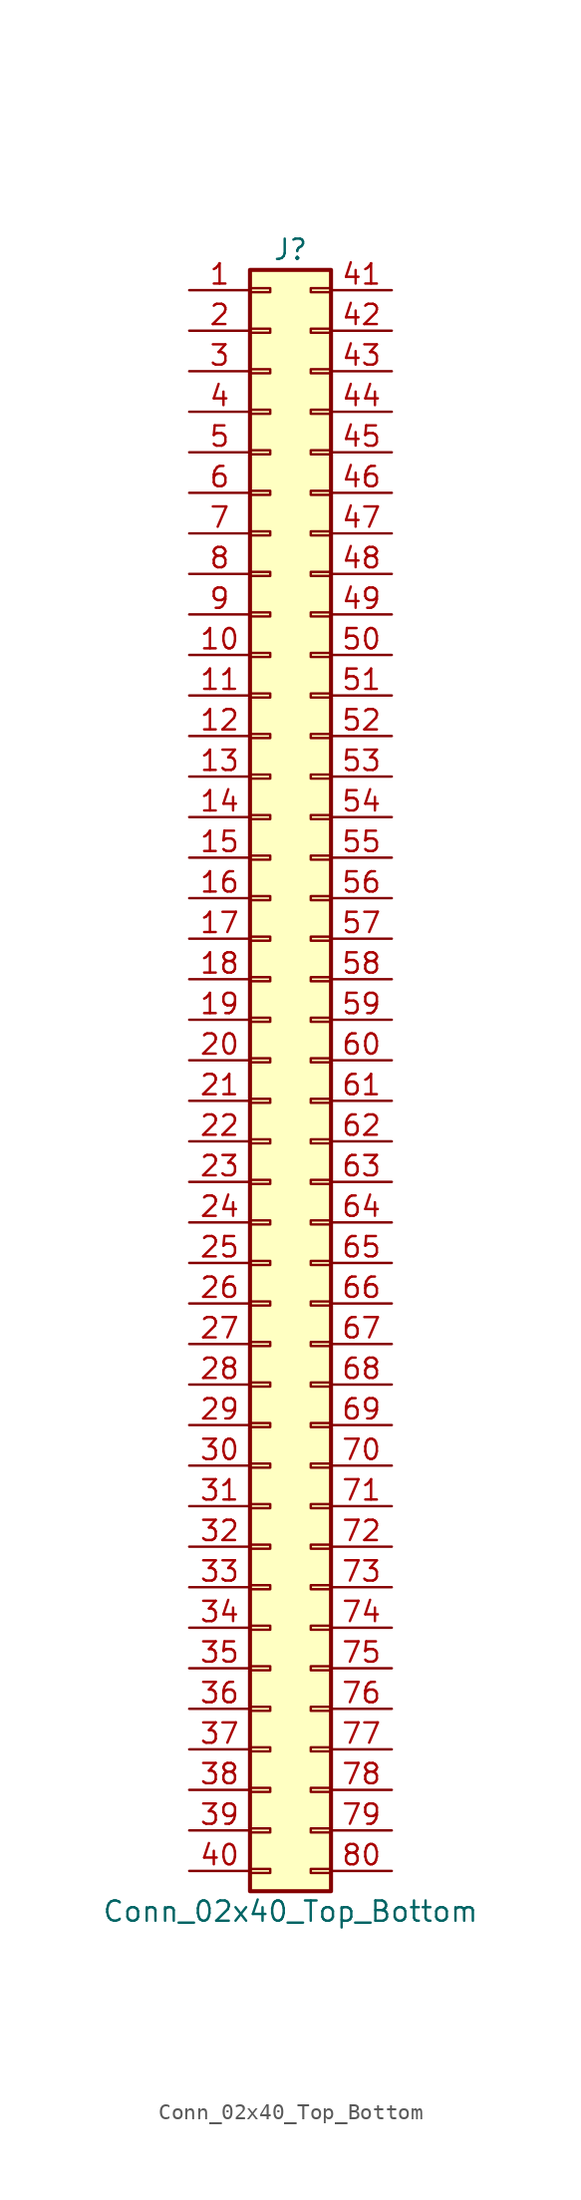
<source format=kicad_sym>
(kicad_symbol_lib
  (version 20201005)
  (generator kicad_symbol_editor)
  (symbol "Conn_02x40_Top_Bottom"
    (pin_names
      (offset 1.016) hide)
    (property "Reference" "J"
      (at 1.27 50.8 0)
      (effects (font (size 1.27 1.27))))
    (property "Value" "Conn_02x40_Top_Bottom"
      (at 1.27 -53.34 0)
      (effects (font (size 1.27 1.27))))
    (symbol "Conn_02x40_Top_Bottom_1_1"
      (rectangle (start -1.27 -50.673) (end 0 -50.927) (stroke (width 0.152)) (fill (type none)))
      (rectangle (start -1.27 -48.133) (end 0 -48.387) (stroke (width 0.152)) (fill (type none)))
      (rectangle (start -1.27 -45.593) (end 0 -45.847) (stroke (width 0.152)) (fill (type none)))
      (rectangle (start -1.27 -43.053) (end 0 -43.307) (stroke (width 0.152)) (fill (type none)))
      (rectangle (start -1.27 -40.513) (end 0 -40.767) (stroke (width 0.152)) (fill (type none)))
      (rectangle (start -1.27 -37.973) (end 0 -38.227) (stroke (width 0.152)) (fill (type none)))
      (rectangle (start -1.27 -35.433) (end 0 -35.687) (stroke (width 0.152)) (fill (type none)))
      (rectangle (start -1.27 -32.893) (end 0 -33.147) (stroke (width 0.152)) (fill (type none)))
      (rectangle (start -1.27 -30.353) (end 0 -30.607) (stroke (width 0.152)) (fill (type none)))
      (rectangle (start -1.27 -27.813) (end 0 -28.067) (stroke (width 0.152)) (fill (type none)))
      (rectangle (start -1.27 -25.273) (end 0 -25.527) (stroke (width 0.152)) (fill (type none)))
      (rectangle (start -1.27 -22.733) (end 0 -22.987) (stroke (width 0.152)) (fill (type none)))
      (rectangle (start -1.27 -20.193) (end 0 -20.447) (stroke (width 0.152)) (fill (type none)))
      (rectangle (start -1.27 -17.653) (end 0 -17.907) (stroke (width 0.152)) (fill (type none)))
      (rectangle (start -1.27 -15.113) (end 0 -15.367) (stroke (width 0.152)) (fill (type none)))
      (rectangle (start -1.27 -12.573) (end 0 -12.827) (stroke (width 0.152)) (fill (type none)))
      (rectangle (start -1.27 -10.033) (end 0 -10.287) (stroke (width 0.152)) (fill (type none)))
      (rectangle (start -1.27 -7.493) (end 0 -7.747) (stroke (width 0.152)) (fill (type none)))
      (rectangle (start -1.27 -4.953) (end 0 -5.207) (stroke (width 0.152)) (fill (type none)))
      (rectangle (start -1.27 -2.413) (end 0 -2.667) (stroke (width 0.152)) (fill (type none)))
      (rectangle (start -1.27 0.127) (end 0 -0.127) (stroke (width 0.152)) (fill (type none)))
      (rectangle (start -1.27 2.667) (end 0 2.413) (stroke (width 0.152)) (fill (type none)))
      (rectangle (start -1.27 5.207) (end 0 4.953) (stroke (width 0.152)) (fill (type none)))
      (rectangle (start -1.27 7.747) (end 0 7.493) (stroke (width 0.152)) (fill (type none)))
      (rectangle (start -1.27 10.287) (end 0 10.033) (stroke (width 0.152)) (fill (type none)))
      (rectangle (start -1.27 12.827) (end 0 12.573) (stroke (width 0.152)) (fill (type none)))
      (rectangle (start -1.27 15.367) (end 0 15.113) (stroke (width 0.152)) (fill (type none)))
      (rectangle (start -1.27 17.907) (end 0 17.653) (stroke (width 0.152)) (fill (type none)))
      (rectangle (start -1.27 20.447) (end 0 20.193) (stroke (width 0.152)) (fill (type none)))
      (rectangle (start -1.27 22.987) (end 0 22.733) (stroke (width 0.152)) (fill (type none)))
      (rectangle (start -1.27 25.527) (end 0 25.273) (stroke (width 0.152)) (fill (type none)))
      (rectangle (start -1.27 28.067) (end 0 27.813) (stroke (width 0.152)) (fill (type none)))
      (rectangle (start -1.27 30.607) (end 0 30.353) (stroke (width 0.152)) (fill (type none)))
      (rectangle (start -1.27 33.147) (end 0 32.893) (stroke (width 0.152)) (fill (type none)))
      (rectangle (start -1.27 35.687) (end 0 35.433) (stroke (width 0.152)) (fill (type none)))
      (rectangle (start -1.27 38.227) (end 0 37.973) (stroke (width 0.152)) (fill (type none)))
      (rectangle (start -1.27 40.767) (end 0 40.513) (stroke (width 0.152)) (fill (type none)))
      (rectangle (start -1.27 43.307) (end 0 43.053) (stroke (width 0.152)) (fill (type none)))
      (rectangle (start -1.27 45.847) (end 0 45.593) (stroke (width 0.152)) (fill (type none)))
      (rectangle (start -1.27 48.387) (end 0 48.133) (stroke (width 0.152)) (fill (type none)))
      (rectangle (start 3.81 -50.673) (end 2.54 -50.927) (stroke (width 0.152)) (fill (type none)))
      (rectangle (start 3.81 -48.133) (end 2.54 -48.387) (stroke (width 0.152)) (fill (type none)))
      (rectangle (start 3.81 -45.593) (end 2.54 -45.847) (stroke (width 0.152)) (fill (type none)))
      (rectangle (start 3.81 -43.053) (end 2.54 -43.307) (stroke (width 0.152)) (fill (type none)))
      (rectangle (start 3.81 -40.513) (end 2.54 -40.767) (stroke (width 0.152)) (fill (type none)))
      (rectangle (start 3.81 -37.973) (end 2.54 -38.227) (stroke (width 0.152)) (fill (type none)))
      (rectangle (start 3.81 -35.433) (end 2.54 -35.687) (stroke (width 0.152)) (fill (type none)))
      (rectangle (start 3.81 -32.893) (end 2.54 -33.147) (stroke (width 0.152)) (fill (type none)))
      (rectangle (start 3.81 -30.353) (end 2.54 -30.607) (stroke (width 0.152)) (fill (type none)))
      (rectangle (start 3.81 -27.813) (end 2.54 -28.067) (stroke (width 0.152)) (fill (type none)))
      (rectangle (start 3.81 -25.273) (end 2.54 -25.527) (stroke (width 0.152)) (fill (type none)))
      (rectangle (start 3.81 -22.733) (end 2.54 -22.987) (stroke (width 0.152)) (fill (type none)))
      (rectangle (start 3.81 -20.193) (end 2.54 -20.447) (stroke (width 0.152)) (fill (type none)))
      (rectangle (start 3.81 -17.653) (end 2.54 -17.907) (stroke (width 0.152)) (fill (type none)))
      (rectangle (start 3.81 -15.113) (end 2.54 -15.367) (stroke (width 0.152)) (fill (type none)))
      (rectangle (start 3.81 -12.573) (end 2.54 -12.827) (stroke (width 0.152)) (fill (type none)))
      (rectangle (start 3.81 -10.033) (end 2.54 -10.287) (stroke (width 0.152)) (fill (type none)))
      (rectangle (start 3.81 -7.493) (end 2.54 -7.747) (stroke (width 0.152)) (fill (type none)))
      (rectangle (start 3.81 -4.953) (end 2.54 -5.207) (stroke (width 0.152)) (fill (type none)))
      (rectangle (start 3.81 -2.413) (end 2.54 -2.667) (stroke (width 0.152)) (fill (type none)))
      (rectangle (start 3.81 0.127) (end 2.54 -0.127) (stroke (width 0.152)) (fill (type none)))
      (rectangle (start 3.81 2.667) (end 2.54 2.413) (stroke (width 0.152)) (fill (type none)))
      (rectangle (start 3.81 5.207) (end 2.54 4.953) (stroke (width 0.152)) (fill (type none)))
      (rectangle (start 3.81 7.747) (end 2.54 7.493) (stroke (width 0.152)) (fill (type none)))
      (rectangle (start 3.81 10.287) (end 2.54 10.033) (stroke (width 0.152)) (fill (type none)))
      (rectangle (start 3.81 12.827) (end 2.54 12.573) (stroke (width 0.152)) (fill (type none)))
      (rectangle (start 3.81 15.367) (end 2.54 15.113) (stroke (width 0.152)) (fill (type none)))
      (rectangle (start 3.81 17.907) (end 2.54 17.653) (stroke (width 0.152)) (fill (type none)))
      (rectangle (start 3.81 20.447) (end 2.54 20.193) (stroke (width 0.152)) (fill (type none)))
      (rectangle (start 3.81 22.987) (end 2.54 22.733) (stroke (width 0.152)) (fill (type none)))
      (rectangle (start 3.81 25.527) (end 2.54 25.273) (stroke (width 0.152)) (fill (type none)))
      (rectangle (start 3.81 28.067) (end 2.54 27.813) (stroke (width 0.152)) (fill (type none)))
      (rectangle (start 3.81 30.607) (end 2.54 30.353) (stroke (width 0.152)) (fill (type none)))
      (rectangle (start 3.81 33.147) (end 2.54 32.893) (stroke (width 0.152)) (fill (type none)))
      (rectangle (start 3.81 35.687) (end 2.54 35.433) (stroke (width 0.152)) (fill (type none)))
      (rectangle (start 3.81 38.227) (end 2.54 37.973) (stroke (width 0.152)) (fill (type none)))
      (rectangle (start 3.81 40.767) (end 2.54 40.513) (stroke (width 0.152)) (fill (type none)))
      (rectangle (start 3.81 43.307) (end 2.54 43.053) (stroke (width 0.152)) (fill (type none)))
      (rectangle (start 3.81 45.847) (end 2.54 45.593) (stroke (width 0.152)) (fill (type none)))
      (rectangle (start 3.81 48.387) (end 2.54 48.133) (stroke (width 0.152)) (fill (type none)))
      (rectangle (start -1.27 49.53) (end 3.81 -52.07) (stroke (width 0.254)) (fill (type background)))
      (pin passive line (at -5.08 48.26 0) (length 3.81) (name "Pin_1" (effects (font (size 1.27 1.27)))) (number "1" (effects (font (size 1.27 1.27)))))
      (pin passive line (at -5.08 25.4 0) (length 3.81) (name "Pin_10" (effects (font (size 1.27 1.27)))) (number "10" (effects (font (size 1.27 1.27)))))
      (pin passive line (at -5.08 22.86 0) (length 3.81) (name "Pin_11" (effects (font (size 1.27 1.27)))) (number "11" (effects (font (size 1.27 1.27)))))
      (pin passive line (at -5.08 20.32 0) (length 3.81) (name "Pin_12" (effects (font (size 1.27 1.27)))) (number "12" (effects (font (size 1.27 1.27)))))
      (pin passive line (at -5.08 17.78 0) (length 3.81) (name "Pin_13" (effects (font (size 1.27 1.27)))) (number "13" (effects (font (size 1.27 1.27)))))
      (pin passive line (at -5.08 15.24 0) (length 3.81) (name "Pin_14" (effects (font (size 1.27 1.27)))) (number "14" (effects (font (size 1.27 1.27)))))
      (pin passive line (at -5.08 12.7 0) (length 3.81) (name "Pin_15" (effects (font (size 1.27 1.27)))) (number "15" (effects (font (size 1.27 1.27)))))
      (pin passive line (at -5.08 10.16 0) (length 3.81) (name "Pin_16" (effects (font (size 1.27 1.27)))) (number "16" (effects (font (size 1.27 1.27)))))
      (pin passive line (at -5.08 7.62 0) (length 3.81) (name "Pin_17" (effects (font (size 1.27 1.27)))) (number "17" (effects (font (size 1.27 1.27)))))
      (pin passive line (at -5.08 5.08 0) (length 3.81) (name "Pin_18" (effects (font (size 1.27 1.27)))) (number "18" (effects (font (size 1.27 1.27)))))
      (pin passive line (at -5.08 2.54 0) (length 3.81) (name "Pin_19" (effects (font (size 1.27 1.27)))) (number "19" (effects (font (size 1.27 1.27)))))
      (pin passive line (at -5.08 45.72 0) (length 3.81) (name "Pin_2" (effects (font (size 1.27 1.27)))) (number "2" (effects (font (size 1.27 1.27)))))
      (pin passive line (at -5.08 0 0) (length 3.81) (name "Pin_20" (effects (font (size 1.27 1.27)))) (number "20" (effects (font (size 1.27 1.27)))))
      (pin passive line (at -5.08 -2.54 0) (length 3.81) (name "Pin_21" (effects (font (size 1.27 1.27)))) (number "21" (effects (font (size 1.27 1.27)))))
      (pin passive line (at -5.08 -5.08 0) (length 3.81) (name "Pin_22" (effects (font (size 1.27 1.27)))) (number "22" (effects (font (size 1.27 1.27)))))
      (pin passive line (at -5.08 -7.62 0) (length 3.81) (name "Pin_23" (effects (font (size 1.27 1.27)))) (number "23" (effects (font (size 1.27 1.27)))))
      (pin passive line (at -5.08 -10.16 0) (length 3.81) (name "Pin_24" (effects (font (size 1.27 1.27)))) (number "24" (effects (font (size 1.27 1.27)))))
      (pin passive line (at -5.08 -12.7 0) (length 3.81) (name "Pin_25" (effects (font (size 1.27 1.27)))) (number "25" (effects (font (size 1.27 1.27)))))
      (pin passive line (at -5.08 -15.24 0) (length 3.81) (name "Pin_26" (effects (font (size 1.27 1.27)))) (number "26" (effects (font (size 1.27 1.27)))))
      (pin passive line (at -5.08 -17.78 0) (length 3.81) (name "Pin_27" (effects (font (size 1.27 1.27)))) (number "27" (effects (font (size 1.27 1.27)))))
      (pin passive line (at -5.08 -20.32 0) (length 3.81) (name "Pin_28" (effects (font (size 1.27 1.27)))) (number "28" (effects (font (size 1.27 1.27)))))
      (pin passive line (at -5.08 -22.86 0) (length 3.81) (name "Pin_29" (effects (font (size 1.27 1.27)))) (number "29" (effects (font (size 1.27 1.27)))))
      (pin passive line (at -5.08 43.18 0) (length 3.81) (name "Pin_3" (effects (font (size 1.27 1.27)))) (number "3" (effects (font (size 1.27 1.27)))))
      (pin passive line (at -5.08 -25.4 0) (length 3.81) (name "Pin_30" (effects (font (size 1.27 1.27)))) (number "30" (effects (font (size 1.27 1.27)))))
      (pin passive line (at -5.08 -27.94 0) (length 3.81) (name "Pin_31" (effects (font (size 1.27 1.27)))) (number "31" (effects (font (size 1.27 1.27)))))
      (pin passive line (at -5.08 -30.48 0) (length 3.81) (name "Pin_32" (effects (font (size 1.27 1.27)))) (number "32" (effects (font (size 1.27 1.27)))))
      (pin passive line (at -5.08 -33.02 0) (length 3.81) (name "Pin_33" (effects (font (size 1.27 1.27)))) (number "33" (effects (font (size 1.27 1.27)))))
      (pin passive line (at -5.08 -35.56 0) (length 3.81) (name "Pin_34" (effects (font (size 1.27 1.27)))) (number "34" (effects (font (size 1.27 1.27)))))
      (pin passive line (at -5.08 -38.1 0) (length 3.81) (name "Pin_35" (effects (font (size 1.27 1.27)))) (number "35" (effects (font (size 1.27 1.27)))))
      (pin passive line (at -5.08 -40.64 0) (length 3.81) (name "Pin_36" (effects (font (size 1.27 1.27)))) (number "36" (effects (font (size 1.27 1.27)))))
      (pin passive line (at -5.08 -43.18 0) (length 3.81) (name "Pin_37" (effects (font (size 1.27 1.27)))) (number "37" (effects (font (size 1.27 1.27)))))
      (pin passive line (at -5.08 -45.72 0) (length 3.81) (name "Pin_38" (effects (font (size 1.27 1.27)))) (number "38" (effects (font (size 1.27 1.27)))))
      (pin passive line (at -5.08 -48.26 0) (length 3.81) (name "Pin_39" (effects (font (size 1.27 1.27)))) (number "39" (effects (font (size 1.27 1.27)))))
      (pin passive line (at -5.08 40.64 0) (length 3.81) (name "Pin_4" (effects (font (size 1.27 1.27)))) (number "4" (effects (font (size 1.27 1.27)))))
      (pin passive line (at -5.08 -50.8 0) (length 3.81) (name "Pin_40" (effects (font (size 1.27 1.27)))) (number "40" (effects (font (size 1.27 1.27)))))
      (pin passive line (at 7.62 48.26 180) (length 3.81) (name "Pin_41" (effects (font (size 1.27 1.27)))) (number "41" (effects (font (size 1.27 1.27)))))
      (pin passive line (at 7.62 45.72 180) (length 3.81) (name "Pin_42" (effects (font (size 1.27 1.27)))) (number "42" (effects (font (size 1.27 1.27)))))
      (pin passive line (at 7.62 43.18 180) (length 3.81) (name "Pin_43" (effects (font (size 1.27 1.27)))) (number "43" (effects (font (size 1.27 1.27)))))
      (pin passive line (at 7.62 40.64 180) (length 3.81) (name "Pin_44" (effects (font (size 1.27 1.27)))) (number "44" (effects (font (size 1.27 1.27)))))
      (pin passive line (at 7.62 38.1 180) (length 3.81) (name "Pin_45" (effects (font (size 1.27 1.27)))) (number "45" (effects (font (size 1.27 1.27)))))
      (pin passive line (at 7.62 35.56 180) (length 3.81) (name "Pin_46" (effects (font (size 1.27 1.27)))) (number "46" (effects (font (size 1.27 1.27)))))
      (pin passive line (at 7.62 33.02 180) (length 3.81) (name "Pin_47" (effects (font (size 1.27 1.27)))) (number "47" (effects (font (size 1.27 1.27)))))
      (pin passive line (at 7.62 30.48 180) (length 3.81) (name "Pin_48" (effects (font (size 1.27 1.27)))) (number "48" (effects (font (size 1.27 1.27)))))
      (pin passive line (at 7.62 27.94 180) (length 3.81) (name "Pin_49" (effects (font (size 1.27 1.27)))) (number "49" (effects (font (size 1.27 1.27)))))
      (pin passive line (at -5.08 38.1 0) (length 3.81) (name "Pin_5" (effects (font (size 1.27 1.27)))) (number "5" (effects (font (size 1.27 1.27)))))
      (pin passive line (at 7.62 25.4 180) (length 3.81) (name "Pin_50" (effects (font (size 1.27 1.27)))) (number "50" (effects (font (size 1.27 1.27)))))
      (pin passive line (at 7.62 22.86 180) (length 3.81) (name "Pin_51" (effects (font (size 1.27 1.27)))) (number "51" (effects (font (size 1.27 1.27)))))
      (pin passive line (at 7.62 20.32 180) (length 3.81) (name "Pin_52" (effects (font (size 1.27 1.27)))) (number "52" (effects (font (size 1.27 1.27)))))
      (pin passive line (at 7.62 17.78 180) (length 3.81) (name "Pin_53" (effects (font (size 1.27 1.27)))) (number "53" (effects (font (size 1.27 1.27)))))
      (pin passive line (at 7.62 15.24 180) (length 3.81) (name "Pin_54" (effects (font (size 1.27 1.27)))) (number "54" (effects (font (size 1.27 1.27)))))
      (pin passive line (at 7.62 12.7 180) (length 3.81) (name "Pin_55" (effects (font (size 1.27 1.27)))) (number "55" (effects (font (size 1.27 1.27)))))
      (pin passive line (at 7.62 10.16 180) (length 3.81) (name "Pin_56" (effects (font (size 1.27 1.27)))) (number "56" (effects (font (size 1.27 1.27)))))
      (pin passive line (at 7.62 7.62 180) (length 3.81) (name "Pin_57" (effects (font (size 1.27 1.27)))) (number "57" (effects (font (size 1.27 1.27)))))
      (pin passive line (at 7.62 5.08 180) (length 3.81) (name "Pin_58" (effects (font (size 1.27 1.27)))) (number "58" (effects (font (size 1.27 1.27)))))
      (pin passive line (at 7.62 2.54 180) (length 3.81) (name "Pin_59" (effects (font (size 1.27 1.27)))) (number "59" (effects (font (size 1.27 1.27)))))
      (pin passive line (at -5.08 35.56 0) (length 3.81) (name "Pin_6" (effects (font (size 1.27 1.27)))) (number "6" (effects (font (size 1.27 1.27)))))
      (pin passive line (at 7.62 0 180) (length 3.81) (name "Pin_60" (effects (font (size 1.27 1.27)))) (number "60" (effects (font (size 1.27 1.27)))))
      (pin passive line (at 7.62 -2.54 180) (length 3.81) (name "Pin_61" (effects (font (size 1.27 1.27)))) (number "61" (effects (font (size 1.27 1.27)))))
      (pin passive line (at 7.62 -5.08 180) (length 3.81) (name "Pin_62" (effects (font (size 1.27 1.27)))) (number "62" (effects (font (size 1.27 1.27)))))
      (pin passive line (at 7.62 -7.62 180) (length 3.81) (name "Pin_63" (effects (font (size 1.27 1.27)))) (number "63" (effects (font (size 1.27 1.27)))))
      (pin passive line (at 7.62 -10.16 180) (length 3.81) (name "Pin_64" (effects (font (size 1.27 1.27)))) (number "64" (effects (font (size 1.27 1.27)))))
      (pin passive line (at 7.62 -12.7 180) (length 3.81) (name "Pin_65" (effects (font (size 1.27 1.27)))) (number "65" (effects (font (size 1.27 1.27)))))
      (pin passive line (at 7.62 -15.24 180) (length 3.81) (name "Pin_66" (effects (font (size 1.27 1.27)))) (number "66" (effects (font (size 1.27 1.27)))))
      (pin passive line (at 7.62 -17.78 180) (length 3.81) (name "Pin_67" (effects (font (size 1.27 1.27)))) (number "67" (effects (font (size 1.27 1.27)))))
      (pin passive line (at 7.62 -20.32 180) (length 3.81) (name "Pin_68" (effects (font (size 1.27 1.27)))) (number "68" (effects (font (size 1.27 1.27)))))
      (pin passive line (at 7.62 -22.86 180) (length 3.81) (name "Pin_69" (effects (font (size 1.27 1.27)))) (number "69" (effects (font (size 1.27 1.27)))))
      (pin passive line (at -5.08 33.02 0) (length 3.81) (name "Pin_7" (effects (font (size 1.27 1.27)))) (number "7" (effects (font (size 1.27 1.27)))))
      (pin passive line (at 7.62 -25.4 180) (length 3.81) (name "Pin_70" (effects (font (size 1.27 1.27)))) (number "70" (effects (font (size 1.27 1.27)))))
      (pin passive line (at 7.62 -27.94 180) (length 3.81) (name "Pin_71" (effects (font (size 1.27 1.27)))) (number "71" (effects (font (size 1.27 1.27)))))
      (pin passive line (at 7.62 -30.48 180) (length 3.81) (name "Pin_72" (effects (font (size 1.27 1.27)))) (number "72" (effects (font (size 1.27 1.27)))))
      (pin passive line (at 7.62 -33.02 180) (length 3.81) (name "Pin_73" (effects (font (size 1.27 1.27)))) (number "73" (effects (font (size 1.27 1.27)))))
      (pin passive line (at 7.62 -35.56 180) (length 3.81) (name "Pin_74" (effects (font (size 1.27 1.27)))) (number "74" (effects (font (size 1.27 1.27)))))
      (pin passive line (at 7.62 -38.1 180) (length 3.81) (name "Pin_75" (effects (font (size 1.27 1.27)))) (number "75" (effects (font (size 1.27 1.27)))))
      (pin passive line (at 7.62 -40.64 180) (length 3.81) (name "Pin_76" (effects (font (size 1.27 1.27)))) (number "76" (effects (font (size 1.27 1.27)))))
      (pin passive line (at 7.62 -43.18 180) (length 3.81) (name "Pin_77" (effects (font (size 1.27 1.27)))) (number "77" (effects (font (size 1.27 1.27)))))
      (pin passive line (at 7.62 -45.72 180) (length 3.81) (name "Pin_78" (effects (font (size 1.27 1.27)))) (number "78" (effects (font (size 1.27 1.27)))))
      (pin passive line (at 7.62 -48.26 180) (length 3.81) (name "Pin_79" (effects (font (size 1.27 1.27)))) (number "79" (effects (font (size 1.27 1.27)))))
      (pin passive line (at -5.08 30.48 0) (length 3.81) (name "Pin_8" (effects (font (size 1.27 1.27)))) (number "8" (effects (font (size 1.27 1.27)))))
      (pin passive line (at 7.62 -50.8 180) (length 3.81) (name "Pin_80" (effects (font (size 1.27 1.27)))) (number "80" (effects (font (size 1.27 1.27)))))
      (pin passive line (at -5.08 27.94 0) (length 3.81) (name "Pin_9" (effects (font (size 1.27 1.27)))) (number "9" (effects (font (size 1.27 1.27))))))))
</source>
